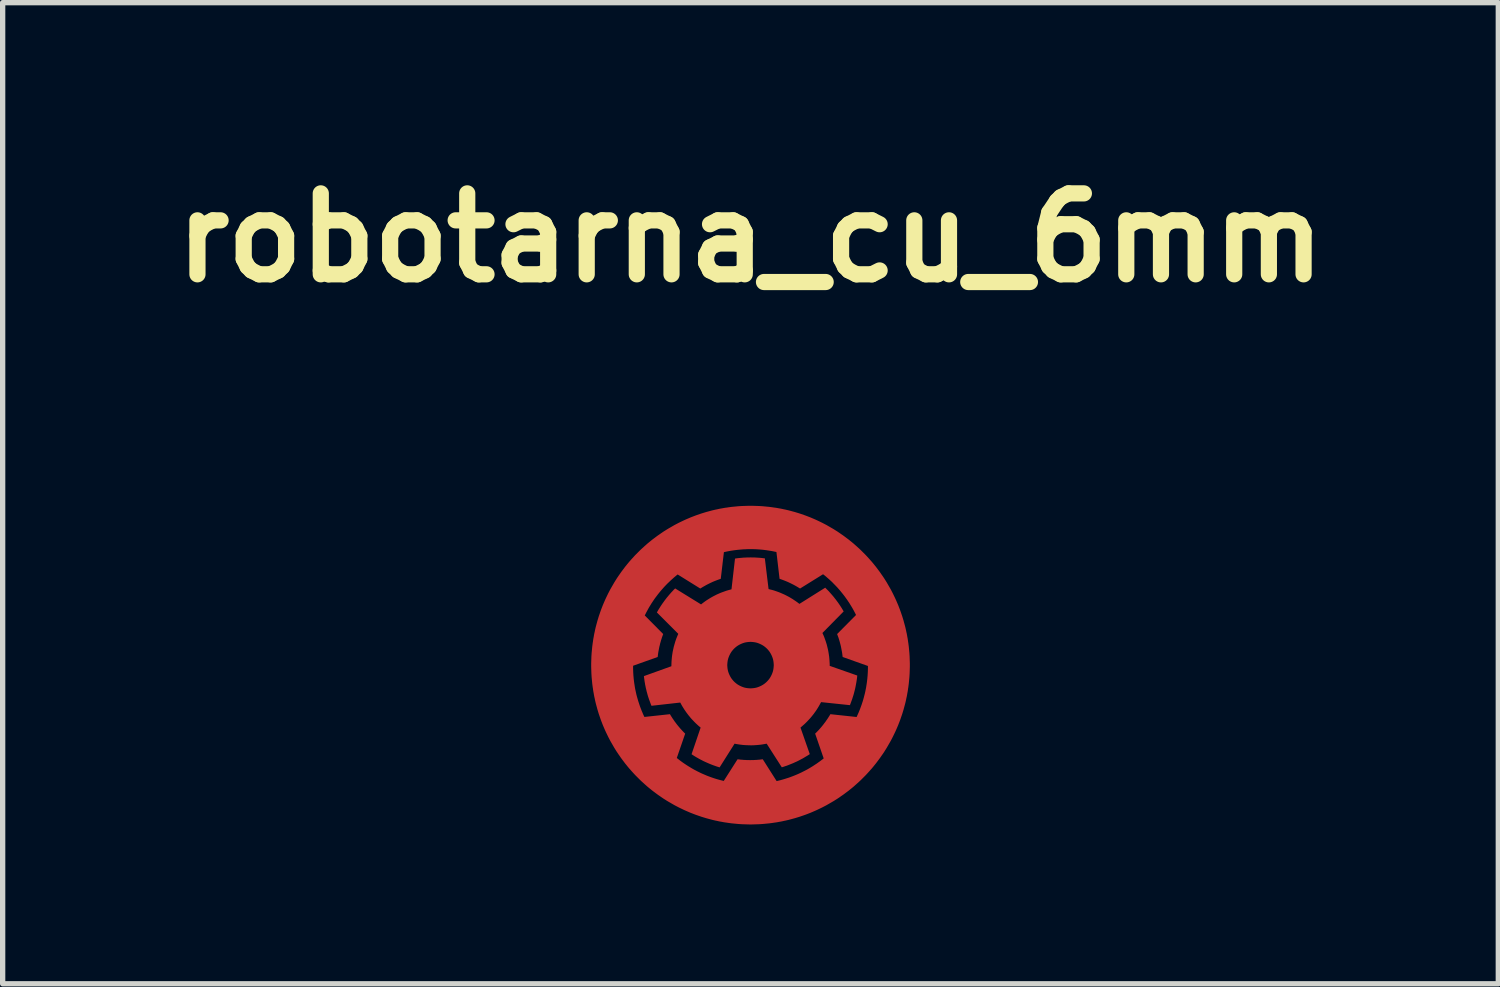
<source format=kicad_pcb>
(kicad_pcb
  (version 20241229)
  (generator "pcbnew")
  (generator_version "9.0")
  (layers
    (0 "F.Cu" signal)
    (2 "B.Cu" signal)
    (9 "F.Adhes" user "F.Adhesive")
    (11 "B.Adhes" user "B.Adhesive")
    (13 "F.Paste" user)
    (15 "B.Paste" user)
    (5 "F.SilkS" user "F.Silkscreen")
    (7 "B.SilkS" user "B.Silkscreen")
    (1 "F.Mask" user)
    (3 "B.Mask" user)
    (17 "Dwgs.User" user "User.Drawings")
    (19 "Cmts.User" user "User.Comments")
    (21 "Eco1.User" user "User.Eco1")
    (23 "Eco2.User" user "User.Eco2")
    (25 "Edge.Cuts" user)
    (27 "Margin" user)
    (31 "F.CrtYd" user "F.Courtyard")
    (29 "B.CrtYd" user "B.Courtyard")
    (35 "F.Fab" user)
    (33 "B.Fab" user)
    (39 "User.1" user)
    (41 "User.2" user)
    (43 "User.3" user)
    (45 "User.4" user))
  (footprint "robotarna_cu_6mm"
    (layer "F.Cu")
    (at 11.082 9.474)
    (property "Reference" "robotarna_cu_6mm" (at 0 -8.048 0) (layer "F.SilkS") (effects (font (size 1.524 1.524) (thickness 0.305))))
    (attr smd)
    (fp_poly (pts (xy -0.000005 0.438) (xy -1.984 0.368) (xy -1.977 0.4) (xy -1.971 0.431) (xy -1.963 0.463) (xy -1.956 0.494) (xy -1.947 0.525) (xy -1.939 0.556) (xy -1.93 0.587) (xy -1.92 0.617) (xy -1.91 0.647) (xy -1.899 0.677) (xy -1.888 0.707) (xy -1.877 0.737) (xy -1.865 0.766) (xy -1.323 0.705) (xy -1.307 0.734) (xy -1.292 0.762) (xy -1.275 0.79) (xy -1.258 0.817) (xy -1.241 0.844) (xy -1.222 0.871) (xy -1.204 0.897) (xy -1.184 0.923) (xy -1.165 0.948) (xy -1.144 0.973) (xy -1.124 0.998) (xy -1.102 1.022) (xy -1.08 1.045) (xy -1.058 1.068) (xy -1.035 1.091) (xy -1.012 1.113) (xy -0.988 1.135) (xy -0.964 1.156) (xy -0.939 1.176) (xy -1.11 1.678) (xy -1.083 1.696) (xy -1.056 1.713) (xy -1.028 1.73) (xy -1 1.746) (xy -0.972 1.762) (xy -0.944 1.777) (xy -0.915 1.792) (xy -0.886 1.807) (xy -0.856 1.821) (xy -0.827 1.834) (xy -0.797 1.847) (xy -0.767 1.86) (xy -0.737 1.872) (xy -0.706 1.884) (xy -0.675 1.895) (xy -0.644 1.906) (xy -0.613 1.916) (xy -0.582 1.926) (xy -0.3 1.479) (xy -0.268 1.486) (xy -0.235 1.491) (xy -0.203 1.496) (xy -0.17 1.5) (xy -0.136 1.504) (xy -0.103 1.506) (xy -0.069 1.508) (xy -0.035 1.509) (xy -0.001 1.51) (xy 0.03 1.51) (xy 0.061 1.509) (xy 0.092 1.507) (xy 0.123 1.505) (xy 0.154 1.502) (xy 0.184 1.499) (xy 0.214 1.495) (xy 0.244 1.49) (xy 0.274 1.485) (xy 0.304 1.479) (xy 0.589 1.924) (xy 0.62 1.915) (xy 0.651 1.904) (xy 0.682 1.894) (xy 0.713 1.882) (xy 0.743 1.87) (xy 0.773 1.858) (xy 0.803 1.846) (xy 0.833 1.832) (xy 0.863 1.819) (xy 0.892 1.805) (xy 0.921 1.79) (xy 0.949 1.775) (xy 0.978 1.76) (xy 1.006 1.744) (xy 1.034 1.727) (xy 1.061 1.711) (xy 1.089 1.694) (xy 1.116 1.676) (xy 0.941 1.176) (xy 0.966 1.155) (xy 0.991 1.133) (xy 1.015 1.112) (xy 1.039 1.089) (xy 1.062 1.066) (xy 1.084 1.043) (xy 1.106 1.019) (xy 1.128 0.995) (xy 1.149 0.97) (xy 1.17 0.944) (xy 1.19 0.919) (xy 1.209 0.892) (xy 1.228 0.866) (xy 1.246 0.839) (xy 1.264 0.811) (xy 1.281 0.783) (xy 1.297 0.755) (xy 1.313 0.726) (xy 1.329 0.697) (xy 1.872 0.754) (xy 1.883 0.725) (xy 1.894 0.695) (xy 1.905 0.665) (xy 1.916 0.635) (xy 1.925 0.605) (xy 1.935 0.575) (xy 1.944 0.544) (xy 1.952 0.514) (xy 1.96 0.483) (xy 1.968 0.451) (xy 1.975 0.42) (xy 1.981 0.389) (xy 1.987 0.357) (xy 1.993 0.325) (xy 1.998 0.293) (xy 2.003 0.261) (xy 2.007 0.228) (xy 2.01 0.196) (xy 1.491 0.014) (xy 1.491 -0.021) (xy 1.489 -0.056) (xy 1.487 -0.09) (xy 1.484 -0.124) (xy 1.481 -0.158) (xy 1.476 -0.192) (xy 1.471 -0.225) (xy 1.465 -0.259) (xy 1.459 -0.291) (xy 1.451 -0.324) (xy 1.443 -0.357) (xy 1.435 -0.389) (xy 1.425 -0.421) (xy 1.415 -0.452) (xy 1.404 -0.483) (xy 1.393 -0.514) (xy 1.381 -0.545) (xy 1.368 -0.575) (xy 1.354 -0.605) (xy 1.754 -1.011) (xy 1.737 -1.04) (xy 1.72 -1.069) (xy 1.702 -1.097) (xy 1.684 -1.125) (xy 1.665 -1.153) (xy 1.646 -1.18) (xy 1.626 -1.207) (xy 1.606 -1.234) (xy 1.585 -1.26) (xy 1.565 -1.286) (xy 1.543 -1.312) (xy 1.521 -1.337) (xy 1.499 -1.362) (xy 1.477 -1.387) (xy 1.454 -1.411) (xy 1.43 -1.434) (xy 1.407 -1.458) (xy 0.921 -1.153) (xy 0.895 -1.173) (xy 0.869 -1.192) (xy 0.843 -1.21) (xy 0.816 -1.228) (xy 0.789 -1.246) (xy 0.762 -1.262) (xy 0.734 -1.279) (xy 0.706 -1.294) (xy 0.677 -1.309) (xy 0.648 -1.324) (xy 0.619 -1.337) (xy 0.589 -1.35) (xy 0.559 -1.363) (xy 0.529 -1.375) (xy 0.498 -1.386) (xy 0.467 -1.397) (xy 0.436 -1.407) (xy 0.404 -1.416) (xy 0.372 -1.424) (xy 0.34 -1.432) (xy 0.27 -2.01) (xy 0.237 -2.014) (xy 0.204 -2.018) (xy 0.171 -2.021) (xy 0.138 -2.023) (xy 0.105 -2.025) (xy 0.071 -2.027) (xy 0.037 -2.027) (xy 0.003 -2.028) (xy -0.03 -2.027) (xy -0.063 -2.027) (xy -0.096 -2.025) (xy -0.13 -2.024) (xy -0.162 -2.021) (xy -0.195 -2.018) (xy -0.228 -2.015) (xy -0.26 -2.011) (xy -0.292 -2.006) (xy -0.358 -1.427) (xy -0.39 -1.419) (xy -0.422 -1.41) (xy -0.453 -1.401) (xy -0.484 -1.39) (xy -0.514 -1.379) (xy -0.545 -1.368) (xy -0.575 -1.356) (xy -0.604 -1.343) (xy -0.634 -1.33) (xy -0.663 -1.315) (xy -0.691 -1.301) (xy -0.719 -1.286) (xy -0.747 -1.27) (xy -0.775 -1.253) (xy -0.802 -1.236) (xy -0.829 -1.219) (xy -0.855 -1.201) (xy -0.881 -1.182) (xy -0.906 -1.163) (xy -0.931 -1.143) (xy -1.419 -1.444) (xy -1.443 -1.421) (xy -1.466 -1.396) (xy -1.489 -1.372) (xy -1.511 -1.347) (xy -1.533 -1.322) (xy -1.554 -1.296) (xy -1.576 -1.27) (xy -1.596 -1.244) (xy -1.617 -1.217) (xy -1.636 -1.19) (xy -1.656 -1.163) (xy -1.675 -1.135) (xy -1.693 -1.108) (xy -1.711 -1.079) (xy -1.729 -1.051) (xy -1.746 -1.022) (xy -1.763 -0.992) (xy -1.36 -0.589) (xy -1.373 -0.559) (xy -1.385 -0.53) (xy -1.397 -0.5) (xy -1.408 -0.469) (xy -1.418 -0.439) (xy -1.427 -0.408) (xy -1.436 -0.376) (xy -1.445 -0.345) (xy -1.452 -0.313) (xy -1.459 -0.281) (xy -1.466 -0.249) (xy -1.471 -0.216) (xy -1.476 -0.184) (xy -1.48 -0.151) (xy -1.483 -0.117) (xy -1.486 -0.084) (xy -1.488 -0.05) (xy -1.489 -0.017) (xy -1.49 0.018) (xy -1.49 0.021) (xy -2.007 0.207) (xy -2.004 0.239) (xy -1.999 0.272) (xy -1.995 0.304) (xy -1.989 0.336) (xy -1.984 0.368) (xy -0.000005 0.438) (xy -0.031 0.436) (xy -0.062 0.433) (xy -0.092 0.428) (xy -0.121 0.421) (xy -0.15 0.411) (xy -0.177 0.4) (xy -0.204 0.387) (xy -0.229 0.373) (xy -0.254 0.357) (xy -0.277 0.339) (xy -0.299 0.32) (xy -0.32 0.299) (xy -0.339 0.277) (xy -0.357 0.254) (xy -0.373 0.229) (xy -0.387 0.204) (xy -0.4 0.177) (xy -0.411 0.15) (xy -0.421 0.121) (xy -0.428 0.092) (xy -0.433 0.062) (xy -0.436 0.031) (xy -0.438 0.00001) (xy -0.436 -0.031) (xy -0.433 -0.062) (xy -0.428 -0.092) (xy -0.421 -0.121) (xy -0.411 -0.15) (xy -0.4 -0.177) (xy -0.387 -0.204) (xy -0.373 -0.229) (xy -0.357 -0.254) (xy -0.339 -0.277) (xy -0.32 -0.299) (xy -0.299 -0.32) (xy -0.277 -0.339) (xy -0.254 -0.357) (xy -0.229 -0.373) (xy -0.204 -0.387) (xy -0.177 -0.4) (xy -0.15 -0.411) (xy -0.121 -0.421) (xy -0.092 -0.428) (xy -0.062 -0.433) (xy -0.031 -0.436) (xy -0.000005 -0.438) (xy 0.031 -0.436) (xy 0.062 -0.433) (xy 0.092 -0.428) (xy 0.121 -0.421) (xy 0.15 -0.411) (xy 0.177 -0.4) (xy 0.204 -0.387) (xy 0.229 -0.373) (xy 0.254 -0.357) (xy 0.277 -0.339) (xy 0.299 -0.32) (xy 0.32 -0.299) (xy 0.339 -0.277) (xy 0.357 -0.254) (xy 0.373 -0.229) (xy 0.387 -0.204) (xy 0.4 -0.177) (xy 0.411 -0.15) (xy 0.421 -0.121) (xy 0.428 -0.092) (xy 0.433 -0.062) (xy 0.436 -0.031) (xy 0.438 0.00001) (xy 0.436 0.031) (xy 0.433 0.062) (xy 0.428 0.092) (xy 0.421 0.121) (xy 0.411 0.15) (xy 0.4 0.177) (xy 0.387 0.204) (xy 0.373 0.229) (xy 0.357 0.254) (xy 0.339 0.277) (xy 0.32 0.299) (xy 0.299 0.32) (xy 0.277 0.339) (xy 0.254 0.357) (xy 0.229 0.373) (xy 0.204 0.387) (xy 0.177 0.4) (xy 0.15 0.411) (xy 0.121 0.421) (xy 0.092 0.428) (xy 0.062 0.433) (xy 0.031 0.436) (xy -0.000005 0.438)) (stroke (width 0) (type solid)) (fill yes) (layer "F.Cu"))
    (fp_poly (pts (xy 1.998 0.977) (xy 0.443 2.967) (xy 0.474 2.963) (xy 0.505 2.958) (xy 0.536 2.952) (xy 0.566 2.947) (xy 0.597 2.941) (xy 0.627 2.934) (xy 0.658 2.928) (xy 0.688 2.921) (xy 0.718 2.914) (xy 0.748 2.906) (xy 0.778 2.898) (xy 0.807 2.89) (xy 0.837 2.882) (xy 0.866 2.873) (xy 0.896 2.864) (xy 0.925 2.855) (xy 0.954 2.845) (xy 0.983 2.835) (xy 1.012 2.825) (xy 1.04 2.815) (xy 1.069 2.804) (xy 1.097 2.793) (xy 1.126 2.782) (xy 1.154 2.77) (xy 1.182 2.758) (xy 1.21 2.746) (xy 1.237 2.734) (xy 1.265 2.721) (xy 1.292 2.708) (xy 1.319 2.695) (xy 1.346 2.682) (xy 1.373 2.668) (xy 1.4 2.654) (xy 1.427 2.64) (xy 1.453 2.625) (xy 1.479 2.61) (xy 1.505 2.595) (xy 1.531 2.58) (xy 1.557 2.565) (xy 1.583 2.549) (xy 1.608 2.533) (xy 1.634 2.517) (xy 1.659 2.5) (xy 1.684 2.483) (xy 1.708 2.466) (xy 1.733 2.449) (xy 1.757 2.432) (xy 1.781 2.414) (xy 1.805 2.396) (xy 1.829 2.378) (xy 1.853 2.36) (xy 1.876 2.341) (xy 1.9 2.322) (xy 1.923 2.303) (xy 1.946 2.284) (xy 1.968 2.264) (xy 1.991 2.244) (xy 2.013 2.224) (xy 2.035 2.204) (xy 2.057 2.184) (xy 2.079 2.163) (xy 2.1 2.142) (xy 2.121 2.121) (xy 2.142 2.1) (xy 2.163 2.079) (xy 2.184 2.057) (xy 2.204 2.035) (xy 2.224 2.013) (xy 2.244 1.991) (xy 2.264 1.968) (xy 2.284 1.946) (xy 2.303 1.923) (xy 2.322 1.9) (xy 2.341 1.876) (xy 2.36 1.853) (xy 2.378 1.829) (xy 2.396 1.805) (xy 2.414 1.781) (xy 2.432 1.757) (xy 2.449 1.733) (xy 2.466 1.708) (xy 2.483 1.684) (xy 2.5 1.659) (xy 2.517 1.634) (xy 2.533 1.608) (xy 2.549 1.583) (xy 2.565 1.557) (xy 2.58 1.531) (xy 2.595 1.505) (xy 2.61 1.479) (xy 2.625 1.453) (xy 2.64 1.427) (xy 2.654 1.4) (xy 2.668 1.373) (xy 2.682 1.346) (xy 2.695 1.319) (xy 2.708 1.292) (xy 2.721 1.265) (xy 2.734 1.237) (xy 2.746 1.21) (xy 2.758 1.182) (xy 2.77 1.154) (xy 2.782 1.126) (xy 2.793 1.097) (xy 2.804 1.069) (xy 2.815 1.04) (xy 2.825 1.012) (xy 2.835 0.983) (xy 2.845 0.954) (xy 2.855 0.925) (xy 2.864 0.896) (xy 2.873 0.866) (xy 2.882 0.837) (xy 2.89 0.807) (xy 2.898 0.778) (xy 2.906 0.748) (xy 2.914 0.718) (xy 2.921 0.688) (xy 2.928 0.658) (xy 2.934 0.627) (xy 2.941 0.597) (xy 2.947 0.566) (xy 2.952 0.536) (xy 2.958 0.505) (xy 2.963 0.474) (xy 2.967 0.443) (xy 2.972 0.412) (xy 2.976 0.381) (xy 2.98 0.35) (xy 2.983 0.319) (xy 2.986 0.287) (xy 2.989 0.256) (xy 2.992 0.224) (xy 2.994 0.192) (xy 2.996 0.16) (xy 2.997 0.128) (xy 2.998 0.096) (xy 2.999 0.064) (xy 3 0.032) (xy 3 0.000008) (xy 3 -0.032) (xy 2.999 -0.064) (xy 2.998 -0.096) (xy 2.997 -0.128) (xy 2.996 -0.16) (xy 2.994 -0.192) (xy 2.992 -0.224) (xy 2.989 -0.256) (xy 2.986 -0.287) (xy 2.983 -0.319) (xy 2.98 -0.35) (xy 2.976 -0.381) (xy 2.972 -0.412) (xy 2.967 -0.443) (xy 2.963 -0.474) (xy 2.958 -0.505) (xy 2.952 -0.536) (xy 2.947 -0.566) (xy 2.941 -0.597) (xy 2.934 -0.627) (xy 2.928 -0.658) (xy 2.921 -0.688) (xy 2.914 -0.718) (xy 2.906 -0.748) (xy 2.898 -0.778) (xy 2.89 -0.807) (xy 2.882 -0.837) (xy 2.873 -0.866) (xy 2.864 -0.896) (xy 2.855 -0.925) (xy 2.845 -0.954) (xy 2.835 -0.983) (xy 2.825 -1.012) (xy 2.815 -1.04) (xy 2.804 -1.069) (xy 2.793 -1.097) (xy 2.782 -1.126) (xy 2.77 -1.154) (xy 2.758 -1.182) (xy 2.746 -1.21) (xy 2.734 -1.237) (xy 2.721 -1.265) (xy 2.708 -1.292) (xy 2.695 -1.319) (xy 2.682 -1.346) (xy 2.668 -1.373) (xy 2.654 -1.4) (xy 2.64 -1.427) (xy 2.625 -1.453) (xy 2.61 -1.479) (xy 2.595 -1.505) (xy 2.58 -1.531) (xy 2.565 -1.557) (xy 2.549 -1.583) (xy 2.533 -1.608) (xy 2.517 -1.634) (xy 2.5 -1.659) (xy 2.483 -1.684) (xy 2.466 -1.708) (xy 2.449 -1.733) (xy 2.432 -1.757) (xy 2.414 -1.781) (xy 2.396 -1.805) (xy 2.378 -1.829) (xy 2.36 -1.853) (xy 2.341 -1.876) (xy 2.322 -1.9) (xy 2.303 -1.923) (xy 2.284 -1.946) (xy 2.264 -1.968) (xy 2.244 -1.991) (xy 2.224 -2.013) (xy 2.204 -2.035) (xy 2.184 -2.057) (xy 2.163 -2.079) (xy 2.142 -2.1) (xy 2.121 -2.121) (xy 2.1 -2.142) (xy 2.079 -2.163) (xy 2.057 -2.184) (xy 2.035 -2.204) (xy 2.013 -2.224) (xy 1.991 -2.244) (xy 1.968 -2.264) (xy 1.946 -2.284) (xy 1.923 -2.303) (xy 1.9 -2.322) (xy 1.876 -2.341) (xy 1.853 -2.36) (xy 1.829 -2.378) (xy 1.805 -2.396) (xy 1.781 -2.414) (xy 1.757 -2.432) (xy 1.733 -2.449) (xy 1.708 -2.466) (xy 1.684 -2.483) (xy 1.659 -2.5) (xy 1.634 -2.517) (xy 1.608 -2.533) (xy 1.583 -2.549) (xy 1.557 -2.565) (xy 1.531 -2.58) (xy 1.505 -2.595) (xy 1.479 -2.61) (xy 1.453 -2.625) (xy 1.427 -2.64) (xy 1.4 -2.654) (xy 1.373 -2.668) (xy 1.346 -2.682) (xy 1.319 -2.695) (xy 1.292 -2.708) (xy 1.265 -2.721) (xy 1.237 -2.734) (xy 1.21 -2.746) (xy 1.182 -2.758) (xy 1.154 -2.77) (xy 1.126 -2.782) (xy 1.097 -2.793) (xy 1.069 -2.804) (xy 1.04 -2.815) (xy 1.012 -2.825) (xy 0.983 -2.835) (xy 0.954 -2.845) (xy 0.925 -2.855) (xy 0.896 -2.864) (xy 0.866 -2.873) (xy 0.837 -2.882) (xy 0.807 -2.89) (xy 0.778 -2.898) (xy 0.748 -2.906) (xy 0.718 -2.914) (xy 0.688 -2.921) (xy 0.658 -2.928) (xy 0.627 -2.934) (xy 0.597 -2.941) (xy 0.566 -2.947) (xy 0.536 -2.952) (xy 0.505 -2.958) (xy 0.474 -2.963) (xy 0.443 -2.967) (xy 0.412 -2.972) (xy 0.381 -2.976) (xy 0.35 -2.98) (xy 0.319 -2.983) (xy 0.287 -2.986) (xy 0.256 -2.989) (xy 0.224 -2.992) (xy 0.192 -2.994) (xy 0.16 -2.996) (xy 0.128 -2.997) (xy 0.096 -2.998) (xy 0.064 -2.999) (xy 0.032 -3) (xy -0.000008 -3) (xy -0.032 -3) (xy -0.064 -2.999) (xy -0.096 -2.998) (xy -0.128 -2.997) (xy -0.16 -2.996) (xy -0.192 -2.994) (xy -0.224 -2.992) (xy -0.256 -2.989) (xy -0.287 -2.986) (xy -0.319 -2.983) (xy -0.35 -2.98) (xy -0.381 -2.976) (xy -0.412 -2.972) (xy -0.443 -2.967) (xy -0.474 -2.963) (xy -0.505 -2.958) (xy -0.536 -2.952) (xy -0.566 -2.947) (xy -0.597 -2.941) (xy -0.627 -2.934) (xy -0.658 -2.928) (xy -0.688 -2.921) (xy -0.718 -2.914) (xy -0.748 -2.906) (xy -0.778 -2.898) (xy -0.807 -2.89) (xy -0.837 -2.882) (xy -0.866 -2.873) (xy -0.896 -2.864) (xy -0.925 -2.855) (xy -0.954 -2.845) (xy -0.983 -2.835) (xy -1.012 -2.825) (xy -1.04 -2.815) (xy -1.069 -2.804) (xy -1.097 -2.793) (xy -1.126 -2.782) (xy -1.154 -2.77) (xy -1.182 -2.758) (xy -1.21 -2.746) (xy -1.237 -2.734) (xy -1.265 -2.721) (xy -1.292 -2.708) (xy -1.319 -2.695) (xy -1.346 -2.682) (xy -1.373 -2.668) (xy -1.4 -2.654) (xy -1.427 -2.64) (xy -1.453 -2.625) (xy -1.479 -2.61) (xy -1.505 -2.595) (xy -1.531 -2.58) (xy -1.557 -2.565) (xy -1.583 -2.549) (xy -1.608 -2.533) (xy -1.634 -2.517) (xy -1.659 -2.5) (xy -1.684 -2.483) (xy -1.708 -2.466) (xy -1.733 -2.449) (xy -1.757 -2.432) (xy -1.781 -2.414) (xy -1.805 -2.396) (xy -1.829 -2.378) (xy -1.853 -2.36) (xy -1.876 -2.341) (xy -1.9 -2.322) (xy -1.923 -2.303) (xy -1.946 -2.284) (xy -1.968 -2.264) (xy -1.991 -2.244) (xy -2.013 -2.224) (xy -2.035 -2.204) (xy -2.057 -2.184) (xy -2.079 -2.163) (xy -2.1 -2.142) (xy -2.121 -2.121) (xy -2.142 -2.1) (xy -2.163 -2.079) (xy -2.184 -2.057) (xy -2.204 -2.035) (xy -2.224 -2.013) (xy -2.244 -1.991) (xy -2.264 -1.968) (xy -2.284 -1.946) (xy -2.303 -1.923) (xy -2.322 -1.9) (xy -2.341 -1.876) (xy -2.36 -1.853) (xy -2.378 -1.829) (xy -2.396 -1.805) (xy -2.414 -1.781) (xy -2.432 -1.757) (xy -2.449 -1.733) (xy -2.466 -1.708) (xy -2.483 -1.684) (xy -2.5 -1.659) (xy -2.517 -1.634) (xy -2.533 -1.608) (xy -2.549 -1.583) (xy -2.565 -1.557) (xy -2.58 -1.531) (xy -2.595 -1.505) (xy -2.61 -1.479) (xy -2.625 -1.453) (xy -2.64 -1.427) (xy -2.654 -1.4) (xy -2.668 -1.373) (xy -2.682 -1.346) (xy -2.695 -1.319) (xy -2.708 -1.292) (xy -2.721 -1.265) (xy -2.734 -1.237) (xy -2.746 -1.21) (xy -2.758 -1.182) (xy -2.77 -1.154) (xy -2.782 -1.126) (xy -2.793 -1.097) (xy -2.804 -1.069) (xy -2.815 -1.04) (xy -2.825 -1.012) (xy -2.835 -0.983) (xy -2.845 -0.954) (xy -2.855 -0.925) (xy -2.864 -0.896) (xy -2.873 -0.866) (xy -2.882 -0.837) (xy -2.89 -0.807) (xy -2.898 -0.778) (xy -2.906 -0.748) (xy -2.914 -0.718) (xy -2.921 -0.688) (xy -2.928 -0.658) (xy -2.934 -0.627) (xy -2.941 -0.597) (xy -2.947 -0.566) (xy -2.952 -0.536) (xy -2.958 -0.505) (xy -2.963 -0.474) (xy -2.967 -0.443) (xy -2.972 -0.412) (xy -2.976 -0.381) (xy -2.98 -0.35) (xy -2.983 -0.319) (xy -2.986 -0.287) (xy -2.989 -0.256) (xy -2.992 -0.224) (xy -2.994 -0.192) (xy -2.996 -0.16) (xy -2.997 -0.128) (xy -2.998 -0.096) (xy -2.999 -0.064) (xy -3 -0.032) (xy -3 0.000008) (xy -3 0.032) (xy -2.999 0.064) (xy -2.998 0.096) (xy -2.997 0.128) (xy -2.996 0.16) (xy -2.994 0.192) (xy -2.992 0.224) (xy -2.989 0.256) (xy -2.986 0.287) (xy -2.983 0.319) (xy -2.98 0.35) (xy -2.976 0.381) (xy -2.972 0.412) (xy -2.967 0.443) (xy -2.963 0.474) (xy -2.958 0.505) (xy -2.952 0.536) (xy -2.947 0.566) (xy -2.941 0.597) (xy -2.934 0.627) (xy -2.928 0.658) (xy -2.921 0.688) (xy -2.914 0.718) (xy -2.906 0.748) (xy -2.898 0.778) (xy -2.89 0.807) (xy -2.882 0.837) (xy -2.873 0.866) (xy -2.864 0.896) (xy -2.855 0.925) (xy -2.845 0.954) (xy -2.835 0.983) (xy -2.825 1.012) (xy -2.815 1.04) (xy -2.804 1.069) (xy -2.793 1.097) (xy -2.782 1.126) (xy -2.77 1.154) (xy -2.758 1.182) (xy -2.746 1.21) (xy -2.734 1.237) (xy -2.721 1.265) (xy -2.708 1.292) (xy -2.695 1.319) (xy -2.682 1.346) (xy -2.668 1.373) (xy -2.654 1.4) (xy -2.64 1.427) (xy -2.625 1.453) (xy -2.61 1.479) (xy -2.595 1.505) (xy -2.58 1.531) (xy -2.565 1.557) (xy -2.549 1.583) (xy -2.533 1.608) (xy -2.517 1.634) (xy -2.5 1.659) (xy -2.483 1.684) (xy -2.466 1.708) (xy -2.449 1.733) (xy -2.432 1.757) (xy -2.414 1.781) (xy -2.396 1.805) (xy -2.378 1.829) (xy -2.36 1.853) (xy -2.341 1.876) (xy -2.322 1.9) (xy -2.303 1.923) (xy -2.284 1.946) (xy -2.264 1.968) (xy -2.244 1.991) (xy -2.224 2.013) (xy -2.204 2.035) (xy -2.184 2.057) (xy -2.163 2.079) (xy -2.142 2.1) (xy -2.121 2.121) (xy -2.1 2.142) (xy -2.079 2.163) (xy -2.057 2.184) (xy -2.035 2.204) (xy -2.013 2.224) (xy -1.991 2.244) (xy -1.968 2.264) (xy -1.946 2.284) (xy -1.923 2.303) (xy -1.9 2.322) (xy -1.876 2.341) (xy -1.853 2.36) (xy -1.829 2.378) (xy -1.805 2.396) (xy -1.781 2.414) (xy -1.757 2.432) (xy -1.733 2.449) (xy -1.708 2.466) (xy -1.684 2.483) (xy -1.659 2.5) (xy -1.634 2.517) (xy -1.608 2.533) (xy -1.583 2.549) (xy -1.557 2.565) (xy -1.531 2.58) (xy -1.505 2.595) (xy -1.479 2.61) (xy -1.453 2.625) (xy -1.427 2.64) (xy -1.4 2.654) (xy -1.373 2.668) (xy -1.346 2.682) (xy -1.319 2.695) (xy -1.292 2.708) (xy -1.265 2.721) (xy -1.237 2.734) (xy -1.21 2.746) (xy -1.182 2.758) (xy -1.154 2.77) (xy -1.126 2.782) (xy -1.097 2.793) (xy -1.069 2.804) (xy -1.04 2.815) (xy -1.012 2.825) (xy -0.983 2.835) (xy -0.954 2.845) (xy -0.925 2.855) (xy -0.896 2.864) (xy -0.866 2.873) (xy -0.837 2.882) (xy -0.807 2.89) (xy -0.778 2.898) (xy -0.748 2.906) (xy -0.718 2.914) (xy -0.688 2.921) (xy -0.658 2.928) (xy -0.627 2.934) (xy -0.597 2.941) (xy -0.566 2.947) (xy -0.536 2.952) (xy -0.505 2.958) (xy -0.474 2.963) (xy -0.443 2.967) (xy -0.412 2.972) (xy -0.381 2.976) (xy -0.35 2.98) (xy -0.319 2.983) (xy -0.287 2.986) (xy -0.256 2.989) (xy -0.224 2.992) (xy -0.192 2.994) (xy -0.16 2.996) (xy -0.128 2.997) (xy -0.096 2.998) (xy -0.064 2.999) (xy -0.032 3) (xy -0.000008 3) (xy 0.032 3) (xy 0.064 2.999) (xy 0.096 2.998) (xy 0.128 2.997) (xy 0.16 2.996) (xy 0.192 2.994) (xy 0.224 2.992) (xy 0.256 2.989) (xy 0.287 2.986) (xy 0.319 2.983) (xy 0.35 2.98) (xy 0.381 2.976) (xy 0.412 2.972) (xy 0.443 2.967) (xy 1.998 0.977) (xy 1.504 0.924) (xy 1.487 0.953) (xy 1.469 0.981) (xy 1.451 1.009) (xy 1.432 1.036) (xy 1.413 1.064) (xy 1.393 1.09) (xy 1.373 1.117) (xy 1.352 1.143) (xy 1.331 1.169) (xy 1.309 1.194) (xy 1.287 1.219) (xy 1.264 1.243) (xy 1.241 1.267) (xy 1.217 1.29) (xy 1.378 1.757) (xy 1.352 1.777) (xy 1.326 1.797) (xy 1.3 1.816) (xy 1.273 1.835) (xy 1.247 1.854) (xy 1.219 1.872) (xy 1.192 1.89) (xy 1.164 1.908) (xy 1.136 1.925) (xy 1.108 1.942) (xy 1.08 1.958) (xy 1.051 1.974) (xy 1.022 1.989) (xy 0.992 2.004) (xy 0.963 2.019) (xy 0.933 2.033) (xy 0.903 2.047) (xy 0.873 2.06) (xy 0.842 2.073) (xy 0.812 2.085) (xy 0.781 2.097) (xy 0.749 2.109) (xy 0.718 2.12) (xy 0.686 2.13) (xy 0.655 2.14) (xy 0.622 2.15) (xy 0.59 2.159) (xy 0.558 2.168) (xy 0.525 2.176) (xy 0.492 2.184) (xy 0.231 1.773) (xy 0.202 1.776) (xy 0.173 1.78) (xy 0.143 1.782) (xy 0.114 1.785) (xy 0.084 1.786) (xy 0.054 1.788) (xy 0.024 1.788) (xy -0.006 1.789) (xy -0.037 1.788) (xy -0.067 1.788) (xy -0.097 1.786) (xy -0.126 1.785) (xy -0.156 1.782) (xy -0.186 1.78) (xy -0.215 1.776) (xy -0.244 1.773) (xy -0.504 2.181) (xy -0.536 2.173) (xy -0.569 2.165) (xy -0.601 2.156) (xy -0.634 2.147) (xy -0.666 2.137) (xy -0.697 2.127) (xy -0.729 2.116) (xy -0.76 2.105) (xy -0.792 2.093) (xy -0.823 2.081) (xy -0.853 2.068) (xy -0.884 2.055) (xy -0.914 2.042) (xy -0.944 2.028) (xy -0.974 2.013) (xy -1.003 1.999) (xy -1.033 1.983) (xy -1.062 1.968) (xy -1.09 1.952) (xy -1.119 1.935) (xy -1.147 1.918) (xy -1.175 1.901) (xy -1.203 1.883) (xy -1.23 1.865) (xy -1.257 1.847) (xy -1.284 1.828) (xy -1.31 1.809) (xy -1.337 1.789) (xy -1.362 1.769) (xy -1.388 1.749) (xy -1.23 1.29) (xy -1.254 1.267) (xy -1.277 1.243) (xy -1.299 1.219) (xy -1.322 1.194) (xy -1.343 1.169) (xy -1.365 1.143) (xy -1.386 1.117) (xy -1.406 1.09) (xy -1.426 1.064) (xy -1.445 1.036) (xy -1.464 1.009) (xy -1.482 0.981) (xy -1.5 0.953) (xy -1.517 0.924) (xy -1.998 0.976) (xy -2.012 0.947) (xy -2.025 0.918) (xy -2.037 0.889) (xy -2.05 0.859) (xy -2.061 0.829) (xy -2.073 0.799) (xy -2.084 0.769) (xy -2.094 0.739) (xy -2.104 0.708) (xy -2.114 0.678) (xy -2.123 0.647) (xy -2.132 0.616) (xy -2.141 0.584) (xy -2.149 0.553) (xy -2.156 0.521) (xy -2.163 0.489) (xy -2.17 0.457) (xy -2.176 0.425) (xy -2.181 0.393) (xy -2.186 0.36) (xy -2.191 0.328) (xy -2.195 0.295) (xy -2.199 0.262) (xy -2.202 0.229) (xy -2.205 0.196) (xy -2.207 0.162) (xy -2.209 0.129) (xy -2.21 0.095) (xy -2.211 0.061) (xy -2.211 0.028) (xy -2.211 0.012) (xy -1.748 -0.153) (xy -1.744 -0.185) (xy -1.74 -0.217) (xy -1.735 -0.249) (xy -1.729 -0.28) (xy -1.723 -0.312) (xy -1.717 -0.343) (xy -1.709 -0.374) (xy -1.702 -0.405) (xy -1.693 -0.435) (xy -1.685 -0.466) (xy -1.675 -0.496) (xy -1.666 -0.526) (xy -1.655 -0.555) (xy -1.644 -0.585) (xy -1.991 -0.935) (xy -1.976 -0.965) (xy -1.961 -0.995) (xy -1.945 -1.024) (xy -1.929 -1.054) (xy -1.913 -1.083) (xy -1.896 -1.111) (xy -1.878 -1.14) (xy -1.861 -1.168) (xy -1.842 -1.196) (xy -1.824 -1.223) (xy -1.805 -1.251) (xy -1.785 -1.278) (xy -1.765 -1.304) (xy -1.745 -1.331) (xy -1.724 -1.357) (xy -1.703 -1.383) (xy -1.682 -1.408) (xy -1.66 -1.433) (xy -1.638 -1.458) (xy -1.616 -1.482) (xy -1.593 -1.506) (xy -1.57 -1.53) (xy -1.546 -1.553) (xy -1.522 -1.576) (xy -1.498 -1.599) (xy -1.473 -1.621) (xy -1.449 -1.643) (xy -1.423 -1.665) (xy -1.398 -1.686) (xy -1.372 -1.707) (xy -0.946 -1.442) (xy -0.918 -1.459) (xy -0.89 -1.476) (xy -0.861 -1.492) (xy -0.833 -1.508) (xy -0.804 -1.523) (xy -0.774 -1.538) (xy -0.745 -1.552) (xy -0.715 -1.566) (xy -0.684 -1.579) (xy -0.654 -1.591) (xy -0.623 -1.603) (xy -0.592 -1.614) (xy -0.56 -1.625) (xy -0.501 -2.127) (xy -0.469 -2.134) (xy -0.436 -2.141) (xy -0.404 -2.147) (xy -0.371 -2.153) (xy -0.338 -2.158) (xy -0.305 -2.163) (xy -0.272 -2.167) (xy -0.238 -2.171) (xy -0.205 -2.174) (xy -0.171 -2.177) (xy -0.137 -2.18) (xy -0.103 -2.181) (xy -0.069 -2.183) (xy -0.034 -2.184) (xy -0.000008 -2.184) (xy 0.033 -2.184) (xy 0.067 -2.183) (xy 0.1 -2.182) (xy 0.133 -2.18) (xy 0.166 -2.178) (xy 0.199 -2.175) (xy 0.232 -2.172) (xy 0.264 -2.168) (xy 0.297 -2.164) (xy 0.329 -2.159) (xy 0.361 -2.154) (xy 0.393 -2.149) (xy 0.425 -2.143) (xy 0.457 -2.136) (xy 0.488 -2.13) (xy 0.547 -1.625) (xy 0.579 -1.614) (xy 0.61 -1.603) (xy 0.641 -1.591) (xy 0.671 -1.579) (xy 0.702 -1.566) (xy 0.732 -1.552) (xy 0.761 -1.538) (xy 0.791 -1.523) (xy 0.82 -1.508) (xy 0.849 -1.492) (xy 0.877 -1.476) (xy 0.905 -1.459) (xy 0.933 -1.442) (xy 1.366 -1.711) (xy 1.392 -1.691) (xy 1.418 -1.67) (xy 1.443 -1.648) (xy 1.468 -1.626) (xy 1.493 -1.604) (xy 1.517 -1.582) (xy 1.541 -1.559) (xy 1.564 -1.535) (xy 1.587 -1.512) (xy 1.61 -1.488) (xy 1.633 -1.464) (xy 1.655 -1.439) (xy 1.677 -1.414) (xy 1.698 -1.389) (xy 1.719 -1.363) (xy 1.74 -1.337) (xy 1.76 -1.311) (xy 1.78 -1.285) (xy 1.799 -1.258) (xy 1.819 -1.231) (xy 1.837 -1.203) (xy 1.856 -1.176) (xy 1.873 -1.148) (xy 1.891 -1.119) (xy 1.908 -1.091) (xy 1.925 -1.062) (xy 1.941 -1.033) (xy 1.957 -1.003) (xy 1.972 -0.974) (xy 1.987 -0.944) (xy 1.631 -0.585) (xy 1.642 -0.555) (xy 1.653 -0.526) (xy 1.663 -0.496) (xy 1.672 -0.466) (xy 1.681 -0.435) (xy 1.689 -0.405) (xy 1.697 -0.374) (xy 1.704 -0.343) (xy 1.71 -0.312) (xy 1.716 -0.28) (xy 1.722 -0.249) (xy 1.727 -0.217) (xy 1.731 -0.185) (xy 1.735 -0.153) (xy 2.211 0.016) (xy 2.211 0.028) (xy 2.211 0.061) (xy 2.21 0.095) (xy 2.209 0.129) (xy 2.207 0.163) (xy 2.205 0.196) (xy 2.202 0.229) (xy 2.199 0.262) (xy 2.195 0.295) (xy 2.191 0.328) (xy 2.186 0.361) (xy 2.181 0.393) (xy 2.176 0.426) (xy 2.169 0.458) (xy 2.163 0.49) (xy 2.156 0.522) (xy 2.148 0.554) (xy 2.14 0.585) (xy 2.132 0.616) (xy 2.123 0.648) (xy 2.114 0.679) (xy 2.104 0.709) (xy 2.094 0.74) (xy 2.083 0.77) (xy 2.072 0.801) (xy 2.061 0.83) (xy 2.049 0.86) (xy 2.037 0.89) (xy 2.024 0.919) (xy 2.011 0.948) (xy 1.998 0.977)) (stroke (width 0) (type solid)) (fill yes) (layer "F.Cu")))
  (gr_rect
    (start -3 -3)
    (end 25.163 15.474)
    (stroke (width 0.1) (type default))
    (fill no)
    (layer "Edge.Cuts")))
</source>
